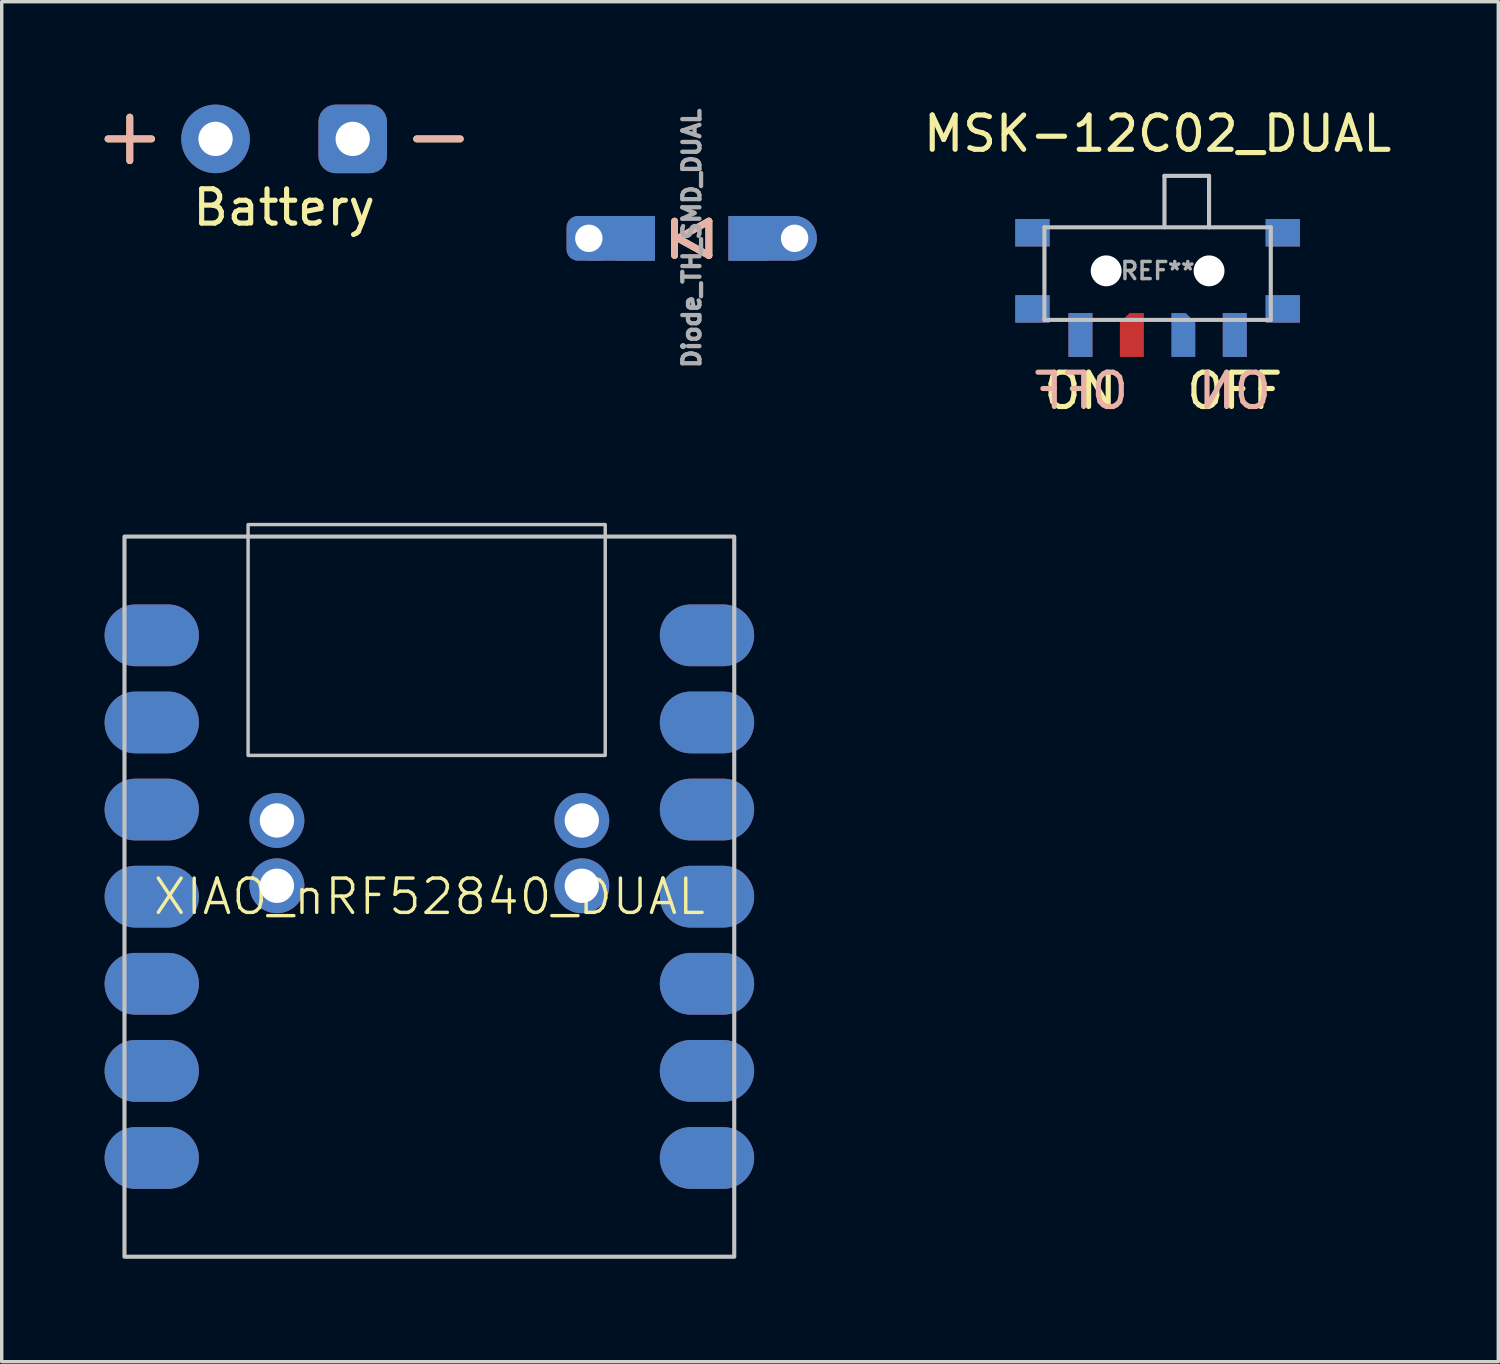
<source format=kicad_pcb>
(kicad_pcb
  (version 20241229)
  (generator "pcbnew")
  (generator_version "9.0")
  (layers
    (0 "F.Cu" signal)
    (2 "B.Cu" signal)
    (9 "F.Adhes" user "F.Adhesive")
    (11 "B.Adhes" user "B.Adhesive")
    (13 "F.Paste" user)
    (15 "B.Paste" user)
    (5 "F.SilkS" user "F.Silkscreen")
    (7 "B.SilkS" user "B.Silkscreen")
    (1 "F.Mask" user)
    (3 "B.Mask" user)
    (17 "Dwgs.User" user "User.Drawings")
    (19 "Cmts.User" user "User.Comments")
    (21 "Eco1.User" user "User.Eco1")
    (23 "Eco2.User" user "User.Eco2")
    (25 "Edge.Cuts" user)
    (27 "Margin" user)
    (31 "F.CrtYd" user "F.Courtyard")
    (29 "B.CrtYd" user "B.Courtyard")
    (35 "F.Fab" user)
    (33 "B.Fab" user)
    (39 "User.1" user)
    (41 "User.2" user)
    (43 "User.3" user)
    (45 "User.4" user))
  (footprint "MSK-12C02_DUAL"
    (layer "F.Cu")
    (at 30.705 3.578)
    (property "Reference" "MSK-12C02_DUAL" (at 0 -2.73 0) (layer "F.SilkS") (effects (font (size 1 1) (thickness 0.15))))
    (attr through_hole)
    (fp_line (start -3.3 0) (end -3.3 2.7) (stroke (width 0.12) (type solid)) (layer "Dwgs.User"))
    (fp_line (start -3.3 0) (end 3.3 0) (stroke (width 0.12) (type solid)) (layer "Dwgs.User"))
    (fp_line (start -3.3 2.7) (end 3.3 2.7) (stroke (width 0.12) (type solid)) (layer "Dwgs.User"))
    (fp_line (start 0.2 -1.5) (end 0.2 0) (stroke (width 0.12) (type solid)) (layer "Dwgs.User"))
    (fp_line (start 0.2 -1.5) (end 1.5 -1.5) (stroke (width 0.12) (type solid)) (layer "Dwgs.User"))
    (fp_line (start 1.5 -1.5) (end 1.5 0) (stroke (width 0.12) (type solid)) (layer "Dwgs.User"))
    (fp_line (start 3.3 0) (end 3.3 2.7) (stroke (width 0.12) (type solid)) (layer "Dwgs.User"))
    (fp_text user "ON" (at -2.25 4.77 0) (layer "F.SilkS") (effects (font (size 1 1) (thickness 0.15))))
    (fp_text user "OFF" (at 2.25 4.77 0) (layer "F.SilkS") (effects (font (size 1 1) (thickness 0.15))))
    (fp_text user "OFF" (at -2.25 4.77 0) (layer "B.SilkS") (effects (font (size 1 1) (thickness 0.15)) (justify mirror)))
    (fp_text user "ON" (at 2.25 4.77 0) (layer "B.SilkS") (effects (font (size 1 1) (thickness 0.15)) (justify mirror)))
    (fp_text user "REF**" (at 0 1.27 0) (layer "F.Fab") (effects (font (size 0.5 0.5) (thickness 0.1))))
    (pad "" smd rect (at -3.65 0.16) (size 1 0.8) (layers "F.Cu" "F.Mask" "F.Paste"))
    (pad "" smd rect (at -3.65 0.16) (size 1 0.8) (layers "B.Cu" "B.Mask" "B.Paste"))
    (pad "" smd rect (at -3.65 2.38) (size 1 0.8) (layers "F.Cu" "F.Mask" "F.Paste"))
    (pad "" smd rect (at -3.65 2.38) (size 1 0.8) (layers "B.Cu" "B.Mask" "B.Paste"))
    (pad "" np_thru_hole circle (at -1.5 1.27) (size 0.9 0.9) (drill 0.9) (layers "*.Cu" "*.Mask"))
    (pad "" np_thru_hole circle (at 1.5 1.27) (size 0.9 0.9) (drill 0.9) (layers "*.Cu" "*.Mask"))
    (pad "" smd rect (at 3.65 0.16) (size 1 0.8) (layers "F.Cu" "F.Mask" "F.Paste"))
    (pad "" smd rect (at 3.65 0.16) (size 1 0.8) (layers "B.Cu" "B.Mask" "B.Paste"))
    (pad "" smd rect (at 3.65 2.38) (size 1 0.8) (layers "F.Cu" "F.Mask" "F.Paste"))
    (pad "" smd rect (at 3.65 2.38) (size 1 0.8) (layers "B.Cu" "B.Mask" "B.Paste"))
    (pad "1" smd rect (at -2.25 3.14) (size 0.7 1.28) (layers "F.Cu" "F.Mask" "F.Paste"))
    (pad "1" smd rect (at -2.25 3.14) (size 0.7 1.28) (layers "B.Cu" "B.Mask" "B.Paste"))
    (pad "2" smd roundrect (at -0.75 3.14) (size 0.7 1.28) (layers "F.Cu" "F.Mask" "F.Paste") (roundrect_rratio 0) (chamfer_ratio 0.4) (chamfer top_left))
    (pad "2" smd roundrect (at 0.75 3.14) (size 0.7 1.28) (layers "B.Cu" "B.Mask" "B.Paste") (roundrect_rratio 0) (chamfer_ratio 0.4) (chamfer top_right))
    (pad "3" smd rect (at 2.25 3.14) (size 0.7 1.28) (layers "F.Cu" "F.Mask" "F.Paste"))
    (pad "3" smd rect (at 2.25 3.14) (size 0.7 1.28) (layers "B.Cu" "B.Mask" "B.Paste")))
  (footprint "Diode_TH_SMD_DUAL"
    (layer "F.Cu")
    (at 17.12 3.899)
    (property "Reference" "Diode_TH_SMD_DUAL" (at 0 0 270) (layer "F.Fab") (effects (font (size 0.5 0.5) (thickness 0.125))))
    (attr through_hole)
    (fp_line (start -0.5 -0.5) (end -0.5 0.5) (stroke (width 0.2) (type solid)) (layer "F.SilkS"))
    (fp_line (start -0.4 0) (end 0.5 -0.5) (stroke (width 0.2) (type solid)) (layer "F.SilkS"))
    (fp_line (start 0.5 -0.5) (end 0.5 0.5) (stroke (width 0.2) (type solid)) (layer "F.SilkS"))
    (fp_line (start 0.5 0.5) (end -0.4 0) (stroke (width 0.2) (type solid)) (layer "F.SilkS"))
    (fp_line (start -0.5 -0.5) (end -0.5 0.5) (stroke (width 0.2) (type solid)) (layer "B.SilkS"))
    (fp_line (start -0.4 0) (end 0.5 0.5) (stroke (width 0.2) (type solid)) (layer "B.SilkS"))
    (fp_line (start 0.5 -0.5) (end -0.4 0) (stroke (width 0.2) (type solid)) (layer "B.SilkS"))
    (fp_line (start 0.5 -0.5) (end 0.5 0.5) (stroke (width 0.2) (type solid)) (layer "B.SilkS"))
    (pad "1" thru_hole roundrect (at -3 0) (size 1.3 1.3) (drill 0.8) (layers "*.Cu" "*.Mask") (roundrect_rratio 0.25))
    (pad "1" smd rect (at -2.038 0 180) (size 1.925 1.3) (layers "F.Cu"))
    (pad "1" smd rect (at -2.038 0 180) (size 1.925 1.3) (layers "B.Cu"))
    (pad "1" smd rect (at -1.637 0 180) (size 1.125 1.3) (layers "F.Cu" "F.Mask" "F.Paste"))
    (pad "1" smd rect (at -1.637 0 180) (size 1.125 1.3) (layers "B.Cu" "B.Mask" "B.Paste"))
    (pad "2" smd rect (at 1.637 0 180) (size 1.125 1.3) (layers "F.Cu" "F.Mask" "F.Paste"))
    (pad "2" smd rect (at 1.637 0 180) (size 1.125 1.3) (layers "B.Cu" "B.Mask" "B.Paste"))
    (pad "2" smd rect (at 2.038 0 180) (size 1.925 1.3) (layers "F.Cu"))
    (pad "2" smd rect (at 2.038 0 180) (size 1.925 1.3) (layers "B.Cu"))
    (pad "2" thru_hole circle (at 3 0) (size 1.3 1.3) (drill 0.8) (layers "*.Cu" "*.Mask")))
  (footprint "XIAO_nRF52840_DUAL"
    (layer "F.Cu")
    (at 9.47 23.096)
    (property "Reference" "XIAO_nRF52840_DUAL" (at 0 0 0) (unlocked yes) (layer "F.SilkS") (effects (font (size 1 1) (thickness 0.1))))
    (attr smd)
    (fp_rect (start -8.89 10.5) (end 8.89 -10.5) (stroke (width 0.12) (type solid)) (fill no) (layer "Dwgs.User"))
    (fp_rect (start -5.286 -10.85) (end 5.128 -4.119) (stroke (width 0.1) (type default)) (fill no) (layer "Dwgs.User"))
    (pad "1" smd oval (at -8.57 -7.62 180) (size 2.75 1.8) (drill (offset -0.475 0)) (layers "F.Cu" "F.Mask" "F.Paste"))
    (pad "1" smd oval (at 8.57 -7.62 180) (size 2.75 1.8) (drill (offset 0.475 0)) (layers "B.Cu" "B.Mask" "B.Paste"))
    (pad "2" smd oval (at -8.57 -5.08 180) (size 2.75 1.8) (drill (offset -0.475 0)) (layers "F.Cu" "F.Mask" "F.Paste"))
    (pad "2" smd oval (at 8.57 -5.08 180) (size 2.75 1.8) (drill (offset 0.475 0)) (layers "B.Cu" "B.Mask" "B.Paste"))
    (pad "3" smd oval (at -8.57 -2.54 180) (size 2.75 1.8) (drill (offset -0.475 0)) (layers "F.Cu" "F.Mask" "F.Paste"))
    (pad "3" smd oval (at 8.57 -2.54 180) (size 2.75 1.8) (drill (offset 0.475 0)) (layers "B.Cu" "B.Mask" "B.Paste"))
    (pad "4" smd oval (at -8.57 0 180) (size 2.75 1.8) (drill (offset -0.475 0)) (layers "F.Cu" "F.Mask" "F.Paste"))
    (pad "4" smd oval (at 8.57 0 180) (size 2.75 1.8) (drill (offset 0.475 0)) (layers "B.Cu" "B.Mask" "B.Paste"))
    (pad "5" smd oval (at -8.57 2.54 180) (size 2.75 1.8) (drill (offset -0.475 0)) (layers "F.Cu" "F.Mask" "F.Paste"))
    (pad "5" smd oval (at 8.57 2.54 180) (size 2.75 1.8) (drill (offset 0.475 0)) (layers "B.Cu" "B.Mask" "B.Paste"))
    (pad "6" smd oval (at -8.57 5.08 180) (size 2.75 1.8) (drill (offset -0.475 0)) (layers "F.Cu" "F.Mask" "F.Paste"))
    (pad "6" smd oval (at 8.57 5.08 180) (size 2.75 1.8) (drill (offset 0.475 0)) (layers "B.Cu" "B.Mask" "B.Paste"))
    (pad "7" smd oval (at -8.57 7.62 180) (size 2.75 1.8) (drill (offset -0.475 0)) (layers "F.Cu" "F.Mask" "F.Paste"))
    (pad "7" smd oval (at 8.57 7.62 180) (size 2.75 1.8) (drill (offset 0.475 0)) (layers "B.Cu" "B.Mask" "B.Paste"))
    (pad "8" smd oval (at -8.57 7.62) (size 2.75 1.8) (drill (offset 0.475 0)) (layers "B.Cu" "B.Mask" "B.Paste"))
    (pad "8" smd oval (at 8.57 7.62) (size 2.75 1.8) (drill (offset -0.475 0)) (layers "F.Cu" "F.Mask" "F.Paste"))
    (pad "9" smd oval (at -8.57 5.08) (size 2.75 1.8) (drill (offset 0.475 0)) (layers "B.Cu" "B.Mask" "B.Paste"))
    (pad "9" smd oval (at 8.57 5.08) (size 2.75 1.8) (drill (offset -0.475 0)) (layers "F.Cu" "F.Mask" "F.Paste"))
    (pad "10" smd oval (at -8.57 2.54) (size 2.75 1.8) (drill (offset 0.475 0)) (layers "B.Cu" "B.Mask" "B.Paste"))
    (pad "10" smd oval (at 8.57 2.54) (size 2.75 1.8) (drill (offset -0.475 0)) (layers "F.Cu" "F.Mask" "F.Paste"))
    (pad "11" smd oval (at -8.57 0) (size 2.75 1.8) (drill (offset 0.475 0)) (layers "B.Cu" "B.Mask" "B.Paste"))
    (pad "11" smd oval (at 8.57 0) (size 2.75 1.8) (drill (offset -0.475 0)) (layers "F.Cu" "F.Mask" "F.Paste"))
    (pad "12" smd oval (at -8.57 -2.54) (size 2.75 1.8) (drill (offset 0.475 0)) (layers "B.Cu" "B.Mask" "B.Paste"))
    (pad "12" smd oval (at 8.57 -2.54) (size 2.75 1.8) (drill (offset -0.475 0)) (layers "F.Cu" "F.Mask" "F.Paste"))
    (pad "13" smd oval (at -8.57 -5.08) (size 2.75 1.8) (drill (offset 0.475 0)) (layers "B.Cu" "B.Mask" "B.Paste"))
    (pad "13" smd oval (at 8.57 -5.08) (size 2.75 1.8) (drill (offset -0.475 0)) (layers "F.Cu" "F.Mask" "F.Paste"))
    (pad "14" smd oval (at -8.57 -7.62) (size 2.75 1.8) (drill (offset 0.475 0)) (layers "B.Cu" "B.Mask" "B.Paste"))
    (pad "14" smd oval (at 8.57 -7.62) (size 2.75 1.8) (drill (offset -0.475 0)) (layers "F.Cu" "F.Mask" "F.Paste"))
    (pad "19" thru_hole circle (at -4.445 -0.317 180) (size 1.6 1.6) (drill 1) (layers "*.Cu" "*.Mask"))
    (pad "19" thru_hole circle (at 4.445 -0.317 180) (size 1.6 1.6) (drill 1) (layers "*.Cu" "*.Mask"))
    (pad "20" thru_hole circle (at -4.445 -2.222 180) (size 1.6 1.6) (drill 1) (layers "*.Cu" "*.Mask"))
    (pad "20" thru_hole circle (at 4.445 -2.222 180) (size 1.6 1.6) (drill 1) (layers "*.Cu" "*.Mask")))
  (footprint "Battery"
    (layer "F.Cu")
    (at 5.235 1)
    (property "Reference" "Battery" (at 0 2 0) (layer "F.SilkS") (effects (font (size 1 1) (thickness 0.15))))
    (attr through_hole)
    (fp_line (start -5.135 0) (end -3.865 0) (stroke (width 0.2) (type default)) (layer "F.SilkS"))
    (fp_line (start -4.5 -0.635) (end -4.5 0.635) (stroke (width 0.2) (type default)) (layer "F.SilkS"))
    (fp_line (start 3.865 0) (end 5.135 0) (stroke (width 0.2) (type default)) (layer "F.SilkS"))
    (fp_line (start -5.135 0) (end -3.865 0) (stroke (width 0.2) (type default)) (layer "B.SilkS"))
    (fp_line (start -4.5 -0.635) (end -4.5 0.635) (stroke (width 0.2) (type default)) (layer "B.SilkS"))
    (fp_line (start 3.865 0) (end 5.135 0) (stroke (width 0.2) (type default)) (layer "B.SilkS"))
    (pad "1" thru_hole circle (at -2 0) (size 2 2) (drill 1) (layers "*.Cu" "*.Mask"))
    (pad "2" thru_hole roundrect (at 2 0 90) (size 2 2) (drill 1) (layers "*.Cu" "*.Mask") (roundrect_rratio 0.25)))
  (gr_rect
    (start -3 -3)
    (end 40.639 36.656)
    (stroke (width 0.1) (type default))
    (fill no)
    (layer "Edge.Cuts")))
</source>
